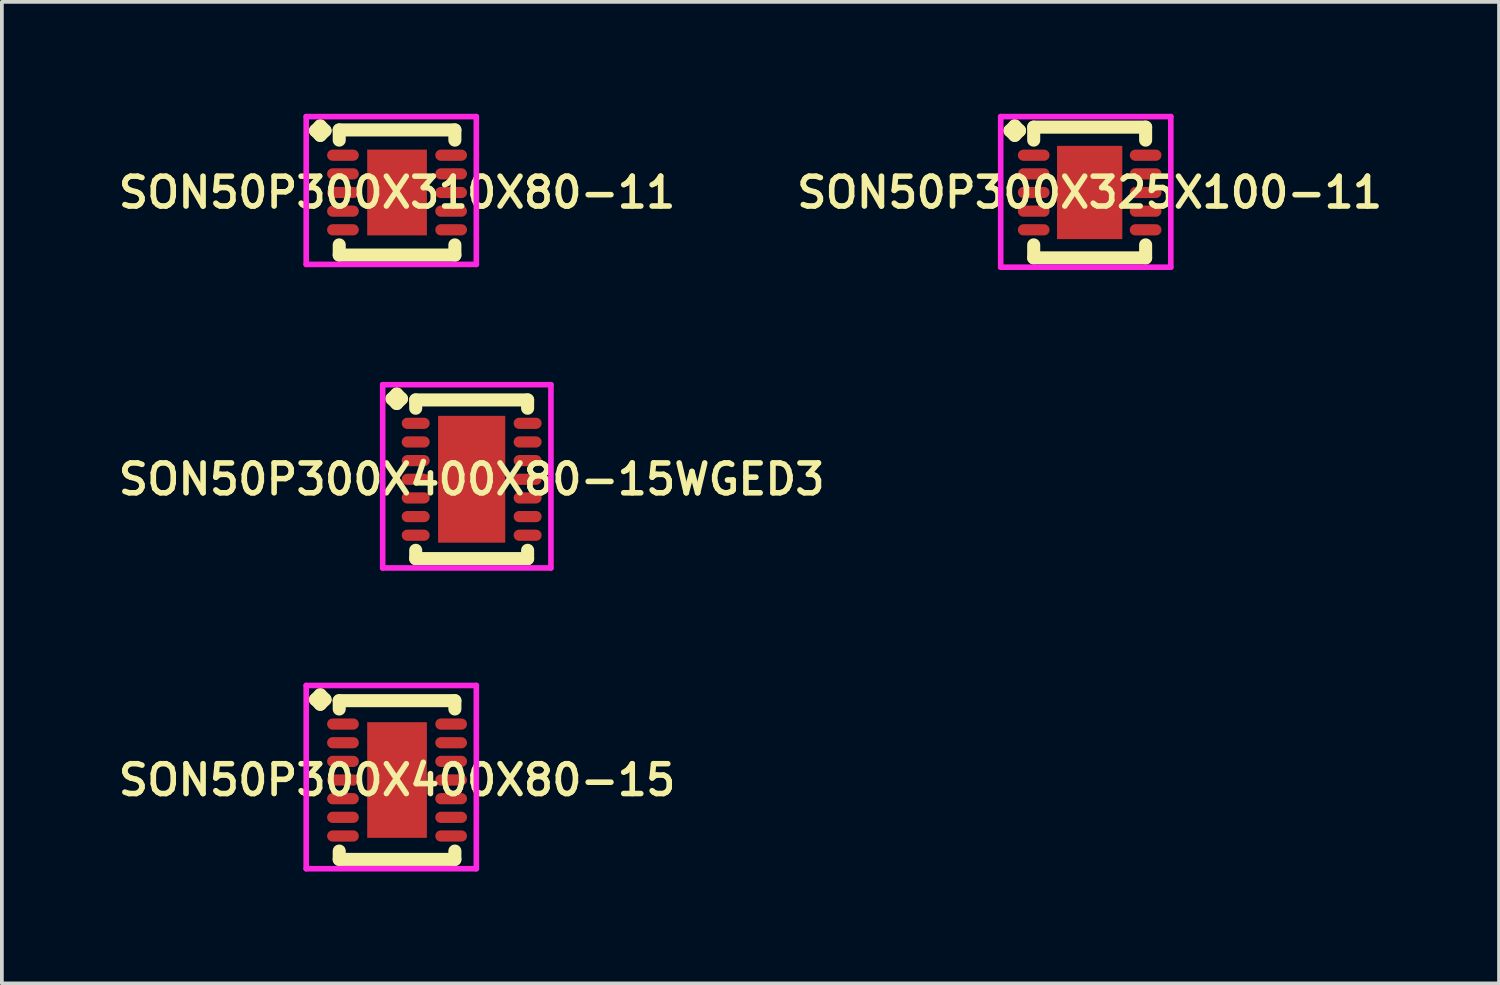
<source format=kicad_pcb>
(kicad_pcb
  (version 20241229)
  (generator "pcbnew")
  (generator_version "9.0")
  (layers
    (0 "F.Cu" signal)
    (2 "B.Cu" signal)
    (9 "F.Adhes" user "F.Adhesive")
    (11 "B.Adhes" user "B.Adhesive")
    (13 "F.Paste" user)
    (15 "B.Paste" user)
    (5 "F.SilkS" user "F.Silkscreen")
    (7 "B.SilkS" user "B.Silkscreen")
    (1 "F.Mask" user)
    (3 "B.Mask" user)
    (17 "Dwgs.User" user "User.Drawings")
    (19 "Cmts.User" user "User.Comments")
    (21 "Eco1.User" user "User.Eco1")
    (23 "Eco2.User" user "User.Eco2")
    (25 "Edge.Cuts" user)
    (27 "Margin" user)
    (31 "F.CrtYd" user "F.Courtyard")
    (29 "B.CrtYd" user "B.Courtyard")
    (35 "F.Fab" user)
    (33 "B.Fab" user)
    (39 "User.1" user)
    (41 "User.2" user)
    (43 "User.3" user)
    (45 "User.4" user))
  (footprint "SON50P300X310X80-11"
    (layer "F.Cu")
    (at 7.593 2.11)
    (property "Reference" "SON50P300X310X80-11" (at 0 0 0) (layer "F.SilkS") (effects (font (size 0.8 0.8) (thickness 0.15))))
    (attr through_hole)
    (fp_line (start -2.185 -1.658) (end -2.058 -1.785) (stroke (width 0.35) (type solid)) (layer "F.SilkS"))
    (fp_line (start -2.058 -1.785) (end -1.931 -1.658) (stroke (width 0.35) (type solid)) (layer "F.SilkS"))
    (fp_line (start -2.058 -1.531) (end -2.185 -1.658) (stroke (width 0.35) (type solid)) (layer "F.SilkS"))
    (fp_line (start -1.931 -1.658) (end -2.058 -1.531) (stroke (width 0.35) (type solid)) (layer "F.SilkS"))
    (fp_line (start -1.55 -1.677) (end 1.55 -1.677) (stroke (width 0.35) (type solid)) (layer "F.SilkS"))
    (fp_line (start -1.55 -1.404) (end -1.55 -1.677) (stroke (width 0.35) (type solid)) (layer "F.SilkS"))
    (fp_line (start -1.55 1.404) (end -1.55 1.677) (stroke (width 0.35) (type solid)) (layer "F.SilkS"))
    (fp_line (start -1.55 1.677) (end 1.55 1.677) (stroke (width 0.35) (type solid)) (layer "F.SilkS"))
    (fp_line (start 1.55 -1.677) (end 1.55 -1.404) (stroke (width 0.35) (type solid)) (layer "F.SilkS"))
    (fp_line (start 1.55 1.677) (end 1.55 1.404) (stroke (width 0.35) (type solid)) (layer "F.SilkS"))
    (fp_line (start -2.435 -2.035) (end 2.125 -2.035) (stroke (width 0.15) (type solid)) (layer "F.CrtYd"))
    (fp_line (start -2.435 1.927) (end -2.435 -2.035) (stroke (width 0.15) (type solid)) (layer "F.CrtYd"))
    (fp_line (start 2.125 -2.035) (end 2.125 1.927) (stroke (width 0.15) (type solid)) (layer "F.CrtYd"))
    (fp_line (start 2.125 1.927) (end -2.435 1.927) (stroke (width 0.15) (type solid)) (layer "F.CrtYd"))
    (pad "1" smd oval (at -1.45 -1) (size 0.85 0.3) (layers "F.Cu" "F.Mask" "F.Paste"))
    (pad "2" smd oval (at -1.45 -0.5) (size 0.85 0.3) (layers "F.Cu" "F.Mask" "F.Paste"))
    (pad "3" smd oval (at -1.45 0) (size 0.85 0.3) (layers "F.Cu" "F.Mask" "F.Paste"))
    (pad "4" smd oval (at -1.45 0.5) (size 0.85 0.3) (layers "F.Cu" "F.Mask" "F.Paste"))
    (pad "5" smd oval (at -1.45 1) (size 0.85 0.3) (layers "F.Cu" "F.Mask" "F.Paste"))
    (pad "6" smd oval (at 1.45 1) (size 0.85 0.3) (layers "F.Cu" "F.Mask" "F.Paste"))
    (pad "7" smd oval (at 1.45 0.5) (size 0.85 0.3) (layers "F.Cu" "F.Mask" "F.Paste"))
    (pad "8" smd oval (at 1.45 0) (size 0.85 0.3) (layers "F.Cu" "F.Mask" "F.Paste"))
    (pad "9" smd oval (at 1.45 -0.5) (size 0.85 0.3) (layers "F.Cu" "F.Mask" "F.Paste"))
    (pad "10" smd oval (at 1.45 -1) (size 0.85 0.3) (layers "F.Cu" "F.Mask" "F.Paste"))
    (pad "11" smd rect (at 0 0) (size 1.6 2.3) (layers "F.Cu" "F.Mask" "F.Paste")))
  (footprint "SON50P300X400X80-15"
    (layer "F.Cu")
    (at 7.593 17.859)
    (property "Reference" "SON50P300X400X80-15" (at 0 0 0) (layer "F.SilkS") (effects (font (size 0.8 0.8) (thickness 0.15))))
    (attr smd)
    (fp_line (start -2.185 -2.158) (end -2.058 -2.285) (stroke (width 0.35) (type solid)) (layer "F.SilkS"))
    (fp_line (start -2.058 -2.285) (end -1.931 -2.158) (stroke (width 0.35) (type solid)) (layer "F.SilkS"))
    (fp_line (start -2.058 -2.031) (end -2.185 -2.158) (stroke (width 0.35) (type solid)) (layer "F.SilkS"))
    (fp_line (start -1.931 -2.158) (end -2.058 -2.031) (stroke (width 0.35) (type solid)) (layer "F.SilkS"))
    (fp_line (start -1.55 -2.127) (end 1.55 -2.127) (stroke (width 0.35) (type solid)) (layer "F.SilkS"))
    (fp_line (start -1.55 -1.904) (end -1.55 -2.127) (stroke (width 0.35) (type solid)) (layer "F.SilkS"))
    (fp_line (start -1.55 1.904) (end -1.55 2.127) (stroke (width 0.35) (type solid)) (layer "F.SilkS"))
    (fp_line (start -1.55 2.127) (end 1.55 2.127) (stroke (width 0.35) (type solid)) (layer "F.SilkS"))
    (fp_line (start 1.55 -2.127) (end 1.55 -1.904) (stroke (width 0.35) (type solid)) (layer "F.SilkS"))
    (fp_line (start 1.55 2.127) (end 1.55 1.904) (stroke (width 0.35) (type solid)) (layer "F.SilkS"))
    (fp_line (start -2.435 -2.535) (end 2.125 -2.535) (stroke (width 0.15) (type solid)) (layer "F.CrtYd"))
    (fp_line (start -2.435 2.377) (end -2.435 -2.535) (stroke (width 0.15) (type solid)) (layer "F.CrtYd"))
    (fp_line (start 2.125 -2.535) (end 2.125 2.377) (stroke (width 0.15) (type solid)) (layer "F.CrtYd"))
    (fp_line (start 2.125 2.377) (end -2.435 2.377) (stroke (width 0.15) (type solid)) (layer "F.CrtYd"))
    (pad "1" smd oval (at -1.45 -1.5) (size 0.85 0.3) (layers "F.Cu" "F.Mask" "F.Paste"))
    (pad "2" smd oval (at -1.45 -1) (size 0.85 0.3) (layers "F.Cu" "F.Mask" "F.Paste"))
    (pad "3" smd oval (at -1.45 -0.5) (size 0.85 0.3) (layers "F.Cu" "F.Mask" "F.Paste"))
    (pad "4" smd oval (at -1.45 0) (size 0.85 0.3) (layers "F.Cu" "F.Mask" "F.Paste"))
    (pad "5" smd oval (at -1.45 0.5) (size 0.85 0.3) (layers "F.Cu" "F.Mask" "F.Paste"))
    (pad "6" smd oval (at -1.45 1) (size 0.85 0.3) (layers "F.Cu" "F.Mask" "F.Paste"))
    (pad "7" smd oval (at -1.45 1.5) (size 0.85 0.3) (layers "F.Cu" "F.Mask" "F.Paste"))
    (pad "8" smd oval (at 1.45 1.5) (size 0.85 0.3) (layers "F.Cu" "F.Mask" "F.Paste"))
    (pad "9" smd oval (at 1.45 1) (size 0.85 0.3) (layers "F.Cu" "F.Mask" "F.Paste"))
    (pad "10" smd oval (at 1.45 0.5) (size 0.85 0.3) (layers "F.Cu" "F.Mask" "F.Paste"))
    (pad "11" smd oval (at 1.45 0) (size 0.85 0.3) (layers "F.Cu" "F.Mask" "F.Paste"))
    (pad "12" smd oval (at 1.45 -0.5) (size 0.85 0.3) (layers "F.Cu" "F.Mask" "F.Paste"))
    (pad "13" smd oval (at 1.45 -1) (size 0.85 0.3) (layers "F.Cu" "F.Mask" "F.Paste"))
    (pad "14" smd oval (at 1.45 -1.5) (size 0.85 0.3) (layers "F.Cu" "F.Mask" "F.Paste"))
    (pad "15" smd rect (at 0 0) (size 1.6 3.1) (layers "F.Cu" "F.Mask" "F.Paste")))
  (footprint "SON50P300X325X100-11"
    (layer "F.Cu")
    (at 26.159 2.11)
    (property "Reference" "SON50P300X325X100-11" (at 0 0 0) (layer "F.SilkS") (effects (font (size 0.8 0.8) (thickness 0.15))))
    (attr smd)
    (fp_line (start -2.135 -1.658) (end -2.008 -1.785) (stroke (width 0.35) (type solid)) (layer "F.SilkS"))
    (fp_line (start -2.008 -1.785) (end -1.881 -1.658) (stroke (width 0.35) (type solid)) (layer "F.SilkS"))
    (fp_line (start -2.008 -1.531) (end -2.135 -1.658) (stroke (width 0.35) (type solid)) (layer "F.SilkS"))
    (fp_line (start -1.881 -1.658) (end -2.008 -1.531) (stroke (width 0.35) (type solid)) (layer "F.SilkS"))
    (fp_line (start -1.5 -1.752) (end 1.5 -1.752) (stroke (width 0.35) (type solid)) (layer "F.SilkS"))
    (fp_line (start -1.5 -1.404) (end -1.5 -1.752) (stroke (width 0.35) (type solid)) (layer "F.SilkS"))
    (fp_line (start -1.5 1.404) (end -1.5 1.752) (stroke (width 0.35) (type solid)) (layer "F.SilkS"))
    (fp_line (start -1.5 1.752) (end 1.5 1.752) (stroke (width 0.35) (type solid)) (layer "F.SilkS"))
    (fp_line (start 1.5 -1.752) (end 1.5 -1.404) (stroke (width 0.35) (type solid)) (layer "F.SilkS"))
    (fp_line (start 1.5 1.752) (end 1.5 1.404) (stroke (width 0.35) (type solid)) (layer "F.SilkS"))
    (fp_line (start -2.385 -2.035) (end 2.175 -2.035) (stroke (width 0.15) (type solid)) (layer "F.CrtYd"))
    (fp_line (start -2.385 2.002) (end -2.385 -2.035) (stroke (width 0.15) (type solid)) (layer "F.CrtYd"))
    (fp_line (start 2.175 -2.035) (end 2.175 2.002) (stroke (width 0.15) (type solid)) (layer "F.CrtYd"))
    (fp_line (start 2.175 2.002) (end -2.385 2.002) (stroke (width 0.15) (type solid)) (layer "F.CrtYd"))
    (pad "1" smd oval (at -1.5 -1) (size 0.85 0.3) (layers "F.Cu" "F.Mask" "F.Paste"))
    (pad "2" smd oval (at -1.5 -0.5) (size 0.85 0.3) (layers "F.Cu" "F.Mask" "F.Paste"))
    (pad "3" smd oval (at -1.5 0) (size 0.85 0.3) (layers "F.Cu" "F.Mask" "F.Paste"))
    (pad "4" smd oval (at -1.5 0.5) (size 0.85 0.3) (layers "F.Cu" "F.Mask" "F.Paste"))
    (pad "5" smd oval (at -1.5 1) (size 0.85 0.3) (layers "F.Cu" "F.Mask" "F.Paste"))
    (pad "6" smd oval (at 1.5 1) (size 0.85 0.3) (layers "F.Cu" "F.Mask" "F.Paste"))
    (pad "7" smd oval (at 1.5 0.5) (size 0.85 0.3) (layers "F.Cu" "F.Mask" "F.Paste"))
    (pad "8" smd oval (at 1.5 0) (size 0.85 0.3) (layers "F.Cu" "F.Mask" "F.Paste"))
    (pad "9" smd oval (at 1.5 -0.5) (size 0.85 0.3) (layers "F.Cu" "F.Mask" "F.Paste"))
    (pad "10" smd oval (at 1.5 -1) (size 0.85 0.3) (layers "F.Cu" "F.Mask" "F.Paste"))
    (pad "11" smd rect (at 0 0) (size 1.75 2.5) (layers "F.Cu" "F.Mask" "F.Paste")))
  (footprint "SON50P300X400X80-15WGED3"
    (layer "F.Cu")
    (at 9.593 9.797)
    (property "Reference" "SON50P300X400X80-15WGED3" (at 0 0 0) (layer "F.SilkS") (effects (font (size 0.8 0.8) (thickness 0.15))))
    (attr smd)
    (fp_line (start -2.135 -2.158) (end -2.008 -2.285) (stroke (width 0.35) (type solid)) (layer "F.SilkS"))
    (fp_line (start -2.008 -2.285) (end -1.881 -2.158) (stroke (width 0.35) (type solid)) (layer "F.SilkS"))
    (fp_line (start -2.008 -2.031) (end -2.135 -2.158) (stroke (width 0.35) (type solid)) (layer "F.SilkS"))
    (fp_line (start -1.881 -2.158) (end -2.008 -2.031) (stroke (width 0.35) (type solid)) (layer "F.SilkS"))
    (fp_line (start -1.5 -2.127) (end 1.5 -2.127) (stroke (width 0.35) (type solid)) (layer "F.SilkS"))
    (fp_line (start -1.5 -1.904) (end -1.5 -2.127) (stroke (width 0.35) (type solid)) (layer "F.SilkS"))
    (fp_line (start -1.5 1.904) (end -1.5 2.127) (stroke (width 0.35) (type solid)) (layer "F.SilkS"))
    (fp_line (start -1.5 2.127) (end 1.5 2.127) (stroke (width 0.35) (type solid)) (layer "F.SilkS"))
    (fp_line (start 1.5 -2.127) (end 1.5 -1.904) (stroke (width 0.35) (type solid)) (layer "F.SilkS"))
    (fp_line (start 1.5 2.127) (end 1.5 1.904) (stroke (width 0.35) (type solid)) (layer "F.SilkS"))
    (fp_line (start -2.385 -2.535) (end 2.125 -2.535) (stroke (width 0.15) (type solid)) (layer "F.CrtYd"))
    (fp_line (start -2.385 2.377) (end -2.385 -2.535) (stroke (width 0.15) (type solid)) (layer "F.CrtYd"))
    (fp_line (start 2.125 -2.535) (end 2.125 2.377) (stroke (width 0.15) (type solid)) (layer "F.CrtYd"))
    (fp_line (start 2.125 2.377) (end -2.385 2.377) (stroke (width 0.15) (type solid)) (layer "F.CrtYd"))
    (pad "1" smd oval (at -1.5 -1.5) (size 0.75 0.3) (layers "F.Cu" "F.Mask" "F.Paste"))
    (pad "2" smd oval (at -1.5 -1) (size 0.75 0.3) (layers "F.Cu" "F.Mask" "F.Paste"))
    (pad "3" smd oval (at -1.5 -0.5) (size 0.75 0.3) (layers "F.Cu" "F.Mask" "F.Paste"))
    (pad "4" smd oval (at -1.5 0) (size 0.75 0.3) (layers "F.Cu" "F.Mask" "F.Paste"))
    (pad "5" smd oval (at -1.5 0.5) (size 0.75 0.3) (layers "F.Cu" "F.Mask" "F.Paste"))
    (pad "6" smd oval (at -1.5 1) (size 0.75 0.3) (layers "F.Cu" "F.Mask" "F.Paste"))
    (pad "7" smd oval (at -1.5 1.5) (size 0.75 0.3) (layers "F.Cu" "F.Mask" "F.Paste"))
    (pad "8" smd oval (at 1.5 1.5) (size 0.75 0.3) (layers "F.Cu" "F.Mask" "F.Paste"))
    (pad "9" smd oval (at 1.5 1) (size 0.75 0.3) (layers "F.Cu" "F.Mask" "F.Paste"))
    (pad "10" smd oval (at 1.5 0.5) (size 0.75 0.3) (layers "F.Cu" "F.Mask" "F.Paste"))
    (pad "11" smd oval (at 1.5 0) (size 0.75 0.3) (layers "F.Cu" "F.Mask" "F.Paste"))
    (pad "12" smd oval (at 1.5 -0.5) (size 0.75 0.3) (layers "F.Cu" "F.Mask" "F.Paste"))
    (pad "13" smd oval (at 1.5 -1) (size 0.75 0.3) (layers "F.Cu" "F.Mask" "F.Paste"))
    (pad "14" smd oval (at 1.5 -1.5) (size 0.75 0.3) (layers "F.Cu" "F.Mask" "F.Paste"))
    (pad "15" smd rect (at 0 0) (size 1.8 3.4) (layers "F.Cu" "F.Mask" "F.Paste")))
  (gr_rect
    (start -3 -3)
    (end 37.132 23.311)
    (stroke (width 0.1) (type default))
    (fill no)
    (layer "Edge.Cuts")))
</source>
